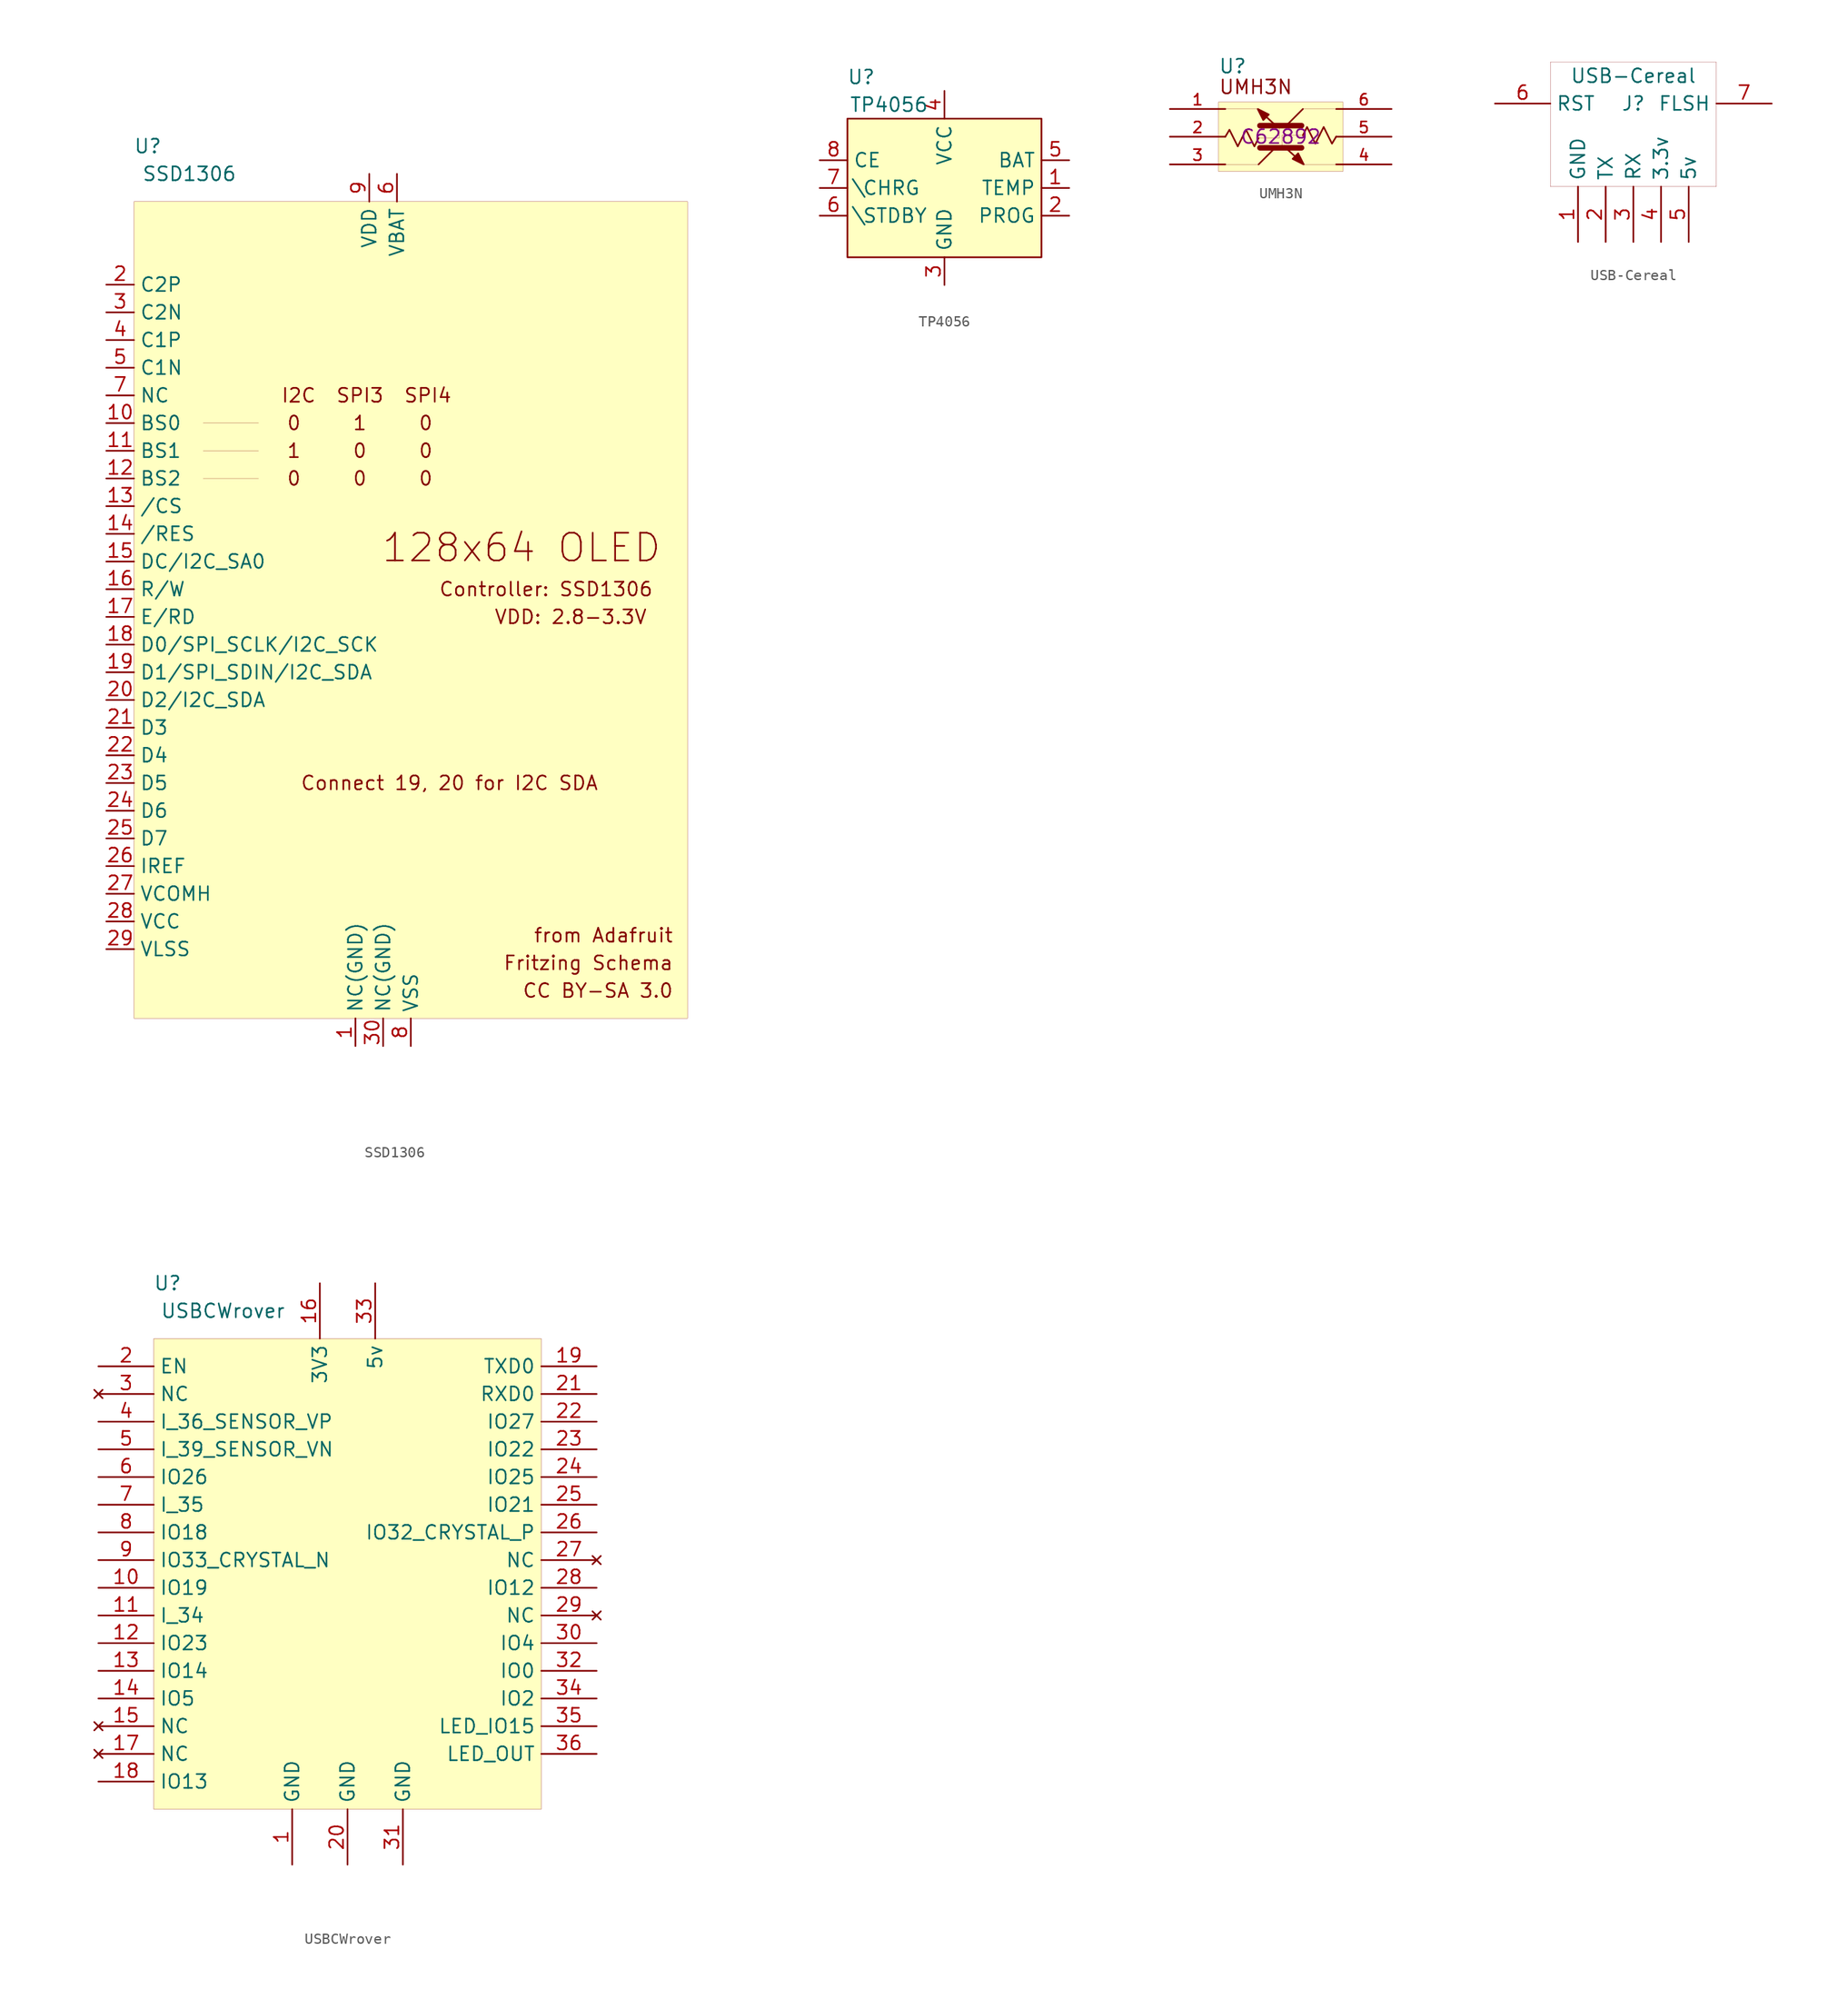
<source format=kicad_sym>
(kicad_symbol_lib
  (version 20200126)
  (host kicad_symbol_editor "(5.99.0-2290-gd34f8fd4b)")
  (symbol "f0xparts:SSD1306"
    (property "Reference" "U"
      (at -22.86 41.91 0)
      (effects (font (size 1.27 1.27))))
    (property "Value" "SSD1306"
      (at -19.05 39.37 0)
      (effects (font (size 1.27 1.27))))
    (symbol "SSD1306_0_0"
      (text "128x64 OLED" (at 11.43 5.08 0) (effects (font (size 2.54 2.54))))
      (text "Controller: SSD1306" (at 3.81 1.27 0) (effects (font (size 1.27 1.27)) (justify left)))
      (text "VDD: 2.8-3.3V" (at 8.89 -1.27 0) (effects (font (size 1.27 1.27)) (justify left)))
      (text "I2C  SPI3  SPI4" (at 5.08 19.05 0) (effects (font (size 1.27 1.27)) (justify right)))
      (text "0     1     0" (at -10.16 16.51 0) (effects (font (size 1.27 1.27)) (justify left)))
      (text "1     0     0" (at -10.16 13.97 0) (effects (font (size 1.27 1.27)) (justify left)))
      (text "0     0     0" (at -10.16 11.43 0) (effects (font (size 1.27 1.27)) (justify left)))
      (text "Connect 19, 20 for I2C SDA" (at -8.89 -16.51 0) (effects (font (size 1.27 1.27)) (justify left)))
      (text "from Adafruit" (at 25.4 -30.48 0) (effects (font (size 1.27 1.27)) (justify right)))
      (text "Fritzing Schema" (at 25.4 -33.02 0) (effects (font (size 1.27 1.27)) (justify right)))
      (text "CC BY-SA 3.0" (at 25.4 -35.56 0) (effects (font (size 1.27 1.27)) (justify right)))
      (rectangle (start -24.13 36.83) (end 26.67 -38.1) (stroke (width 0.001)) (fill (type background)))
      (polyline (pts (xy -12.7 16.51) (xy -17.78 16.51)) (stroke (width 0.001)) (fill (type none)))
      (polyline (pts (xy -12.7 13.97) (xy -17.78 13.97)) (stroke (width 0.001)) (fill (type none)))
      (polyline (pts (xy -12.7 11.43) (xy -17.78 11.43)) (stroke (width 0.001)) (fill (type none)))
      (pin bidirectional line (at -3.81 -40.64 90) (length 2.54) (name "NC(GND)" (effects (font (size 1.27 1.27)))) (number "1" (effects (font (size 1.27 1.27)))))
      (pin bidirectional line (at -26.67 29.21 0) (length 2.54) (name "C2P" (effects (font (size 1.27 1.27)))) (number "2" (effects (font (size 1.27 1.27)))))
      (pin bidirectional line (at -26.67 26.67 0) (length 2.54) (name "C2N" (effects (font (size 1.27 1.27)))) (number "3" (effects (font (size 1.27 1.27)))))
      (pin bidirectional line (at -26.67 24.13 0) (length 2.54) (name "C1P" (effects (font (size 1.27 1.27)))) (number "4" (effects (font (size 1.27 1.27)))))
      (pin bidirectional line (at -26.67 21.59 0) (length 2.54) (name "C1N" (effects (font (size 1.27 1.27)))) (number "5" (effects (font (size 1.27 1.27)))))
      (pin bidirectional line (at 0 39.37 270) (length 2.54) (name "VBAT" (effects (font (size 1.27 1.27)))) (number "6" (effects (font (size 1.27 1.27)))))
      (pin bidirectional line (at -26.67 19.05 0) (length 2.54) (name "NC" (effects (font (size 1.27 1.27)))) (number "7" (effects (font (size 1.27 1.27)))))
      (pin bidirectional line (at 1.27 -40.64 90) (length 2.54) (name "VSS" (effects (font (size 1.27 1.27)))) (number "8" (effects (font (size 1.27 1.27)))))
      (pin bidirectional line (at -2.54 39.37 270) (length 2.54) (name "VDD" (effects (font (size 1.27 1.27)))) (number "9" (effects (font (size 1.27 1.27)))))
      (pin bidirectional line (at -26.67 16.51 0) (length 2.54) (name "BS0" (effects (font (size 1.27 1.27)))) (number "10" (effects (font (size 1.27 1.27)))))
      (pin bidirectional line (at -26.67 13.97 0) (length 2.54) (name "BS1" (effects (font (size 1.27 1.27)))) (number "11" (effects (font (size 1.27 1.27)))))
      (pin bidirectional line (at -26.67 11.43 0) (length 2.54) (name "BS2" (effects (font (size 1.27 1.27)))) (number "12" (effects (font (size 1.27 1.27)))))
      (pin bidirectional line (at -26.67 8.89 0) (length 2.54) (name "/CS" (effects (font (size 1.27 1.27)))) (number "13" (effects (font (size 1.27 1.27)))))
      (pin bidirectional line (at -26.67 6.35 0) (length 2.54) (name "/RES" (effects (font (size 1.27 1.27)))) (number "14" (effects (font (size 1.27 1.27)))))
      (pin bidirectional line (at -26.67 3.81 0) (length 2.54) (name "DC/I2C_SA0" (effects (font (size 1.27 1.27)))) (number "15" (effects (font (size 1.27 1.27)))))
      (pin bidirectional line (at -26.67 1.27 0) (length 2.54) (name "R/W" (effects (font (size 1.27 1.27)))) (number "16" (effects (font (size 1.27 1.27)))))
      (pin bidirectional line (at -26.67 -1.27 0) (length 2.54) (name "E/RD" (effects (font (size 1.27 1.27)))) (number "17" (effects (font (size 1.27 1.27)))))
      (pin bidirectional line (at -26.67 -3.81 0) (length 2.54) (name "D0/SPI_SCLK/I2C_SCK" (effects (font (size 1.27 1.27)))) (number "18" (effects (font (size 1.27 1.27)))))
      (pin bidirectional line (at -26.67 -6.35 0) (length 2.54) (name "D1/SPI_SDIN/I2C_SDA" (effects (font (size 1.27 1.27)))) (number "19" (effects (font (size 1.27 1.27)))))
      (pin bidirectional line (at -26.67 -8.89 0) (length 2.54) (name "D2/I2C_SDA" (effects (font (size 1.27 1.27)))) (number "20" (effects (font (size 1.27 1.27)))))
      (pin bidirectional line (at -26.67 -11.43 0) (length 2.54) (name "D3" (effects (font (size 1.27 1.27)))) (number "21" (effects (font (size 1.27 1.27)))))
      (pin bidirectional line (at -26.67 -13.97 0) (length 2.54) (name "D4" (effects (font (size 1.27 1.27)))) (number "22" (effects (font (size 1.27 1.27)))))
      (pin bidirectional line (at -26.67 -16.51 0) (length 2.54) (name "D5" (effects (font (size 1.27 1.27)))) (number "23" (effects (font (size 1.27 1.27)))))
      (pin bidirectional line (at -26.67 -19.05 0) (length 2.54) (name "D6" (effects (font (size 1.27 1.27)))) (number "24" (effects (font (size 1.27 1.27)))))
      (pin bidirectional line (at -26.67 -21.59 0) (length 2.54) (name "D7" (effects (font (size 1.27 1.27)))) (number "25" (effects (font (size 1.27 1.27)))))
      (pin bidirectional line (at -26.67 -24.13 0) (length 2.54) (name "IREF" (effects (font (size 1.27 1.27)))) (number "26" (effects (font (size 1.27 1.27)))))
      (pin bidirectional line (at -26.67 -26.67 0) (length 2.54) (name "VCOMH" (effects (font (size 1.27 1.27)))) (number "27" (effects (font (size 1.27 1.27)))))
      (pin bidirectional line (at -26.67 -29.21 0) (length 2.54) (name "VCC" (effects (font (size 1.27 1.27)))) (number "28" (effects (font (size 1.27 1.27)))))
      (pin bidirectional line (at -26.67 -31.75 0) (length 2.54) (name "VLSS" (effects (font (size 1.27 1.27)))) (number "29" (effects (font (size 1.27 1.27)))))
      (pin bidirectional line (at -1.27 -40.64 90) (length 2.54) (name "NC(GND)" (effects (font (size 1.27 1.27)))) (number "30" (effects (font (size 1.27 1.27)))))))
  (symbol "f0xparts:TP4056"
    (property "Reference" "U"
      (at -7.62 10.16 0)
      (effects (font (size 1.27 1.27))))
    (property "Value" "TP4056"
      (at -5.08 7.62 0)
      (effects (font (size 1.27 1.27))))
    (symbol "TP4056_0_1"
      (rectangle (start -8.89 6.35) (end 8.89 -6.35) (stroke (width 0)) (fill (type background))))
    (symbol "TP4056_1_1"
      (pin input line (at 11.43 0 180) (length 2.54) (name "TEMP" (effects (font (size 1.27 1.27)))) (number "1" (effects (font (size 1.27 1.27)))))
      (pin input line (at 11.43 -2.54 180) (length 2.54) (name "PROG" (effects (font (size 1.27 1.27)))) (number "2" (effects (font (size 1.27 1.27)))))
      (pin input line (at 0 -8.89 90) (length 2.54) (name "GND" (effects (font (size 1.27 1.27)))) (number "3" (effects (font (size 1.27 1.27)))))
      (pin input line (at 0 8.89 270) (length 2.54) (name "VCC" (effects (font (size 1.27 1.27)))) (number "4" (effects (font (size 1.27 1.27)))))
      (pin input line (at 11.43 2.54 180) (length 2.54) (name "BAT" (effects (font (size 1.27 1.27)))) (number "5" (effects (font (size 1.27 1.27)))))
      (pin input line (at -11.43 -2.54 0) (length 2.54) (name "\\STDBY" (effects (font (size 1.27 1.27)))) (number "6" (effects (font (size 1.27 1.27)))))
      (pin input line (at -11.43 0 0) (length 2.54) (name "\\CHRG" (effects (font (size 1.27 1.27)))) (number "7" (effects (font (size 1.27 1.27)))))
      (pin input line (at -11.43 2.54 0) (length 2.54) (name "CE" (effects (font (size 1.27 1.27)))) (number "8" (effects (font (size 1.27 1.27)))))))
  (symbol "f0xparts:UMH3N"
    (property "Reference" "U"
      (at -5.715 5.715 0)
      (effects (font (size 1.27 1.27)) (justify left bottom)))
    (property "LCSC" "C62892"
      (at 0 0 0)
      (effects (font (size 1.27 1.27))))
    (symbol "UMH3N_0_0"
      (text "UMH3N" (at -5.715 3.81 0) (effects (font (size 1.27 1.27)) (justify left bottom)))
      (pin output line (at -10.16 2.54 0) (length 5.08) (name "~" (effects (font (size 1.016 1.016)))) (number "1" (effects (font (size 1.016 1.016)))))
      (pin input line (at -10.16 0 0) (length 5.08) (name "~" (effects (font (size 1.016 1.016)))) (number "2" (effects (font (size 1.016 1.016)))))
      (pin input line (at -10.16 -2.54 0) (length 5.08) (name "~" (effects (font (size 1.016 1.016)))) (number "3" (effects (font (size 1.016 1.016)))))
      (pin input line (at 10.16 2.54 180) (length 5.08) (name "~" (effects (font (size 1.016 1.016)))) (number "6" (effects (font (size 1.016 1.016)))))
      (pin input line (at 10.16 0 180) (length 5.08) (name "~" (effects (font (size 1.016 1.016)))) (number "5" (effects (font (size 1.016 1.016)))))
      (pin output line (at 10.16 -2.54 180) (length 5.08) (name "~" (effects (font (size 1.016 1.016)))) (number "4" (effects (font (size 1.016 1.016))))))
    (symbol "UMH3N_1_1"
      (rectangle (start -5.715 3.175) (end 5.715 -3.175) (stroke (width 0.001)) (fill (type background)))
      (polyline (pts (xy -3.556 -0.127) (xy -3.175 0.635) (xy -2.794 -0.127) (xy -2.413 -0.889) (xy -2.032 -0.127)) (stroke (width 0)) (fill (type none)))
      (polyline (pts (xy -2.032 -0.127) (xy -0.127 -0.127) (xy -0.127 1.143)) (stroke (width 0.001)) (fill (type none)))
      (polyline (pts (xy -5.08 0) (xy -4.699 0.635) (xy -4.318 -0.127) (xy -3.937 -0.889) (xy -3.556 -0.127)) (stroke (width 0)) (fill (type none)))
      (polyline (pts (xy 2.032 0.127) (xy 0.127 0.127) (xy 0.127 -1.143)) (stroke (width 0.001)) (fill (type none)))
      (polyline (pts (xy 5.08 0) (xy 4.699 -0.635) (xy 4.318 0.127) (xy 3.937 0.889) (xy 3.556 0.127)) (stroke (width 0)) (fill (type none)))
      (polyline (pts (xy 3.556 0.127) (xy 3.175 -0.635) (xy 2.794 0.127) (xy 2.413 0.889) (xy 2.032 0.127)) (stroke (width 0)) (fill (type none)))
      (polyline (pts (xy -5.08 2.54) (xy -2.159 2.54)) (stroke (width 0.001)) (fill (type none)))
      (polyline (pts (xy 2.032 2.54) (xy 4.953 2.54)) (stroke (width 0.001)) (fill (type none)))
      (polyline (pts (xy 2.159 -2.54) (xy 5.08 -2.54)) (stroke (width 0.001)) (fill (type none)))
      (polyline (pts (xy -5.08 -2.54) (xy -2.032 -2.54)) (stroke (width 0.001)) (fill (type none))))
    (symbol "UMH3N_0_1"
      (polyline (pts (xy 0.635 1.143) (xy 2.032 2.54)) (stroke (width 0)) (fill (type none)))
      (polyline (pts (xy -0.559 1.118) (xy -2.083 2.515)) (stroke (width 0)) (fill (type none)))
      (polyline (pts (xy 1.905 1.016) (xy -1.905 1.016) (xy -1.905 1.016)) (stroke (width 0.508)) (fill (type none)))
      (polyline (pts (xy -1.6 1.524) (xy -1.092 2.032) (xy -2.108 2.54) (xy -1.6 1.524) (xy -1.6 1.524)) (stroke (width 0)) (fill (type outline)))
      (polyline (pts (xy 1.6 -1.524) (xy 1.092 -2.032) (xy 2.108 -2.54) (xy 1.6 -1.524) (xy 1.6 -1.524)) (stroke (width 0)) (fill (type outline)))
      (polyline (pts (xy 0.559 -1.118) (xy 2.083 -2.515)) (stroke (width 0)) (fill (type none)))
      (polyline (pts (xy -1.905 -1.016) (xy 1.905 -1.016) (xy 1.905 -1.016)) (stroke (width 0.508)) (fill (type none)))
      (polyline (pts (xy -0.635 -1.143) (xy -2.032 -2.54)) (stroke (width 0)) (fill (type none)))))
  (symbol "f0xparts:USB-Cereal"
    (property "Reference" "J"
      (at 0 0 0)
      (effects (font (size 1.27 1.27))))
    (property "Value" "USB-Cereal"
      (at 0 2.54 0)
      (effects (font (size 1.27 1.27))))
    (symbol "USB-Cereal_0_1"
      (rectangle (start -7.62 3.81) (end 7.62 -7.62) (stroke (width 0.001)) (fill (type none))))
    (symbol "USB-Cereal_1_1"
      (pin power_out line (at -5.08 -12.7 90) (length 5.08) (name "GND" (effects (font (size 1.27 1.27)))) (number "1" (effects (font (size 1.27 1.27)))))
      (pin output line (at -2.54 -12.7 90) (length 5.08) (name "TX" (effects (font (size 1.27 1.27)))) (number "2" (effects (font (size 1.27 1.27)))))
      (pin output line (at 0 -12.7 90) (length 5.08) (name "RX" (effects (font (size 1.27 1.27)))) (number "3" (effects (font (size 1.27 1.27)))))
      (pin power_out line (at 2.54 -12.7 90) (length 5.08) (name "3.3v" (effects (font (size 1.27 1.27)))) (number "4" (effects (font (size 1.27 1.27)))))
      (pin power_out line (at 5.08 -12.7 90) (length 5.08) (name "5v" (effects (font (size 1.27 1.27)))) (number "5" (effects (font (size 1.27 1.27)))))
      (pin output line (at -12.7 0 0) (length 5.08) (name "RST" (effects (font (size 1.27 1.27)))) (number "6" (effects (font (size 1.27 1.27)))))
      (pin output line (at 12.7 0 180) (length 5.08) (name "FLSH" (effects (font (size 1.27 1.27)))) (number "7" (effects (font (size 1.27 1.27)))))))
  (symbol "f0xparts:USBCWrover"
    (property "Reference" "U"
      (at -16.51 25.4 0)
      (effects (font (size 1.27 1.27))))
    (property "Value" "USBCWrover"
      (at -11.43 22.86 0)
      (effects (font (size 1.27 1.27))))
    (symbol "USBCWrover_0_1"
      (rectangle (start -17.78 20.32) (end 17.78 -22.86) (stroke (width 0.001)) (fill (type background))))
    (symbol "USBCWrover_1_1"
      (pin power_in line (at 0 -27.94 90) (length 5.08) (name "GND" (effects (font (size 1.27 1.27)))) (number "20" (effects (font (size 1.27 1.27)))))
      (pin power_in line (at -2.54 25.4 270) (length 5.08) (name "3V3" (effects (font (size 1.27 1.27)))) (number "16" (effects (font (size 1.27 1.27)))))
      (pin input line (at -22.86 17.78 0) (length 5.08) (name "EN" (effects (font (size 1.27 1.27)))) (number "2" (effects (font (size 1.27 1.27)))))
      (pin input line (at -22.86 12.7 0) (length 5.08) (name "I_36_SENSOR_VP" (effects (font (size 1.27 1.27)))) (number "4" (effects (font (size 1.27 1.27)))))
      (pin input line (at -22.86 10.16 0) (length 5.08) (name "I_39_SENSOR_VN" (effects (font (size 1.27 1.27)))) (number "5" (effects (font (size 1.27 1.27)))))
      (pin input line (at -22.86 -5.08 0) (length 5.08) (name "I_34" (effects (font (size 1.27 1.27)))) (number "11" (effects (font (size 1.27 1.27)))))
      (pin input line (at -22.86 5.08 0) (length 5.08) (name "I_35" (effects (font (size 1.27 1.27)))) (number "7" (effects (font (size 1.27 1.27)))))
      (pin bidirectional line (at 22.86 2.54 180) (length 5.08) (name "IO32_CRYSTAL_P" (effects (font (size 1.27 1.27)))) (number "26" (effects (font (size 1.27 1.27)))))
      (pin bidirectional line (at -22.86 0 0) (length 5.08) (name "IO33_CRYSTAL_N" (effects (font (size 1.27 1.27)))) (number "9" (effects (font (size 1.27 1.27)))))
      (pin bidirectional line (at 22.86 7.62 180) (length 5.08) (name "IO25" (effects (font (size 1.27 1.27)))) (number "24" (effects (font (size 1.27 1.27)))))
      (pin bidirectional line (at -22.86 7.62 0) (length 5.08) (name "IO26" (effects (font (size 1.27 1.27)))) (number "6" (effects (font (size 1.27 1.27)))))
      (pin bidirectional line (at 22.86 12.7 180) (length 5.08) (name "IO27" (effects (font (size 1.27 1.27)))) (number "22" (effects (font (size 1.27 1.27)))))
      (pin bidirectional line (at -22.86 -10.16 0) (length 5.08) (name "IO14" (effects (font (size 1.27 1.27)))) (number "13" (effects (font (size 1.27 1.27)))))
      (pin bidirectional line (at 22.86 -2.54 180) (length 5.08) (name "IO12" (effects (font (size 1.27 1.27)))) (number "28" (effects (font (size 1.27 1.27)))))
      (pin bidirectional line (at -22.86 -20.32 0) (length 5.08) (name "IO13" (effects (font (size 1.27 1.27)))) (number "18" (effects (font (size 1.27 1.27)))))
      (pin bidirectional line (at -22.86 2.54 0) (length 5.08) (name "IO18" (effects (font (size 1.27 1.27)))) (number "8" (effects (font (size 1.27 1.27)))))
      (pin bidirectional line (at -22.86 -2.54 0) (length 5.08) (name "IO19" (effects (font (size 1.27 1.27)))) (number "10" (effects (font (size 1.27 1.27)))))
      (pin bidirectional line (at 22.86 -15.24 180) (length 5.08) (name "LED_IO15" (effects (font (size 1.27 1.27)))) (number "35" (effects (font (size 1.27 1.27)))))
      (pin bidirectional line (at 22.86 5.08 180) (length 5.08) (name "IO21" (effects (font (size 1.27 1.27)))) (number "25" (effects (font (size 1.27 1.27)))))
      (pin bidirectional line (at 22.86 -12.7 180) (length 5.08) (name "IO2" (effects (font (size 1.27 1.27)))) (number "34" (effects (font (size 1.27 1.27)))))
      (pin input line (at 22.86 15.24 180) (length 5.08) (name "RXD0" (effects (font (size 1.27 1.27)))) (number "21" (effects (font (size 1.27 1.27)))))
      (pin bidirectional line (at 22.86 -10.16 180) (length 5.08) (name "IO0" (effects (font (size 1.27 1.27)))) (number "32" (effects (font (size 1.27 1.27)))))
      (pin output line (at 22.86 17.78 180) (length 5.08) (name "TXD0" (effects (font (size 1.27 1.27)))) (number "19" (effects (font (size 1.27 1.27)))))
      (pin bidirectional line (at 22.86 -7.62 180) (length 5.08) (name "IO4" (effects (font (size 1.27 1.27)))) (number "30" (effects (font (size 1.27 1.27)))))
      (pin bidirectional line (at 22.86 10.16 180) (length 5.08) (name "IO22" (effects (font (size 1.27 1.27)))) (number "23" (effects (font (size 1.27 1.27)))))
      (pin bidirectional line (at -22.86 -7.62 0) (length 5.08) (name "IO23" (effects (font (size 1.27 1.27)))) (number "12" (effects (font (size 1.27 1.27)))))
      (pin bidirectional line (at -22.86 -12.7 0) (length 5.08) (name "IO5" (effects (font (size 1.27 1.27)))) (number "14" (effects (font (size 1.27 1.27)))))
      (pin power_in line (at 2.54 25.4 270) (length 5.08) (name "5v" (effects (font (size 1.27 1.27)))) (number "33" (effects (font (size 1.27 1.27)))))
      (pin power_in line (at -5.08 -27.94 90) (length 5.08) (name "GND" (effects (font (size 1.27 1.27)))) (number "1" (effects (font (size 1.27 1.27)))))
      (pin power_in line (at 5.08 -27.94 90) (length 5.08) (name "GND" (effects (font (size 1.27 1.27)))) (number "31" (effects (font (size 1.27 1.27)))))
      (pin unconnected line (at -22.86 15.24 0) (length 5.08) (name "NC" (effects (font (size 1.27 1.27)))) (number "3" (effects (font (size 1.27 1.27)))))
      (pin unconnected line (at -22.86 -15.24 0) (length 5.08) (name "NC" (effects (font (size 1.27 1.27)))) (number "15" (effects (font (size 1.27 1.27)))))
      (pin unconnected line (at -22.86 -17.78 0) (length 5.08) (name "NC" (effects (font (size 1.27 1.27)))) (number "17" (effects (font (size 1.27 1.27)))))
      (pin unconnected line (at 22.86 0 180) (length 5.08) (name "NC" (effects (font (size 1.27 1.27)))) (number "27" (effects (font (size 1.27 1.27)))))
      (pin unconnected line (at 22.86 -5.08 180) (length 5.08) (name "NC" (effects (font (size 1.27 1.27)))) (number "29" (effects (font (size 1.27 1.27)))))
      (pin output line (at 22.86 -17.78 180) (length 5.08) (name "LED_OUT" (effects (font (size 1.27 1.27)))) (number "36" (effects (font (size 1.27 1.27))))))))
</source>
